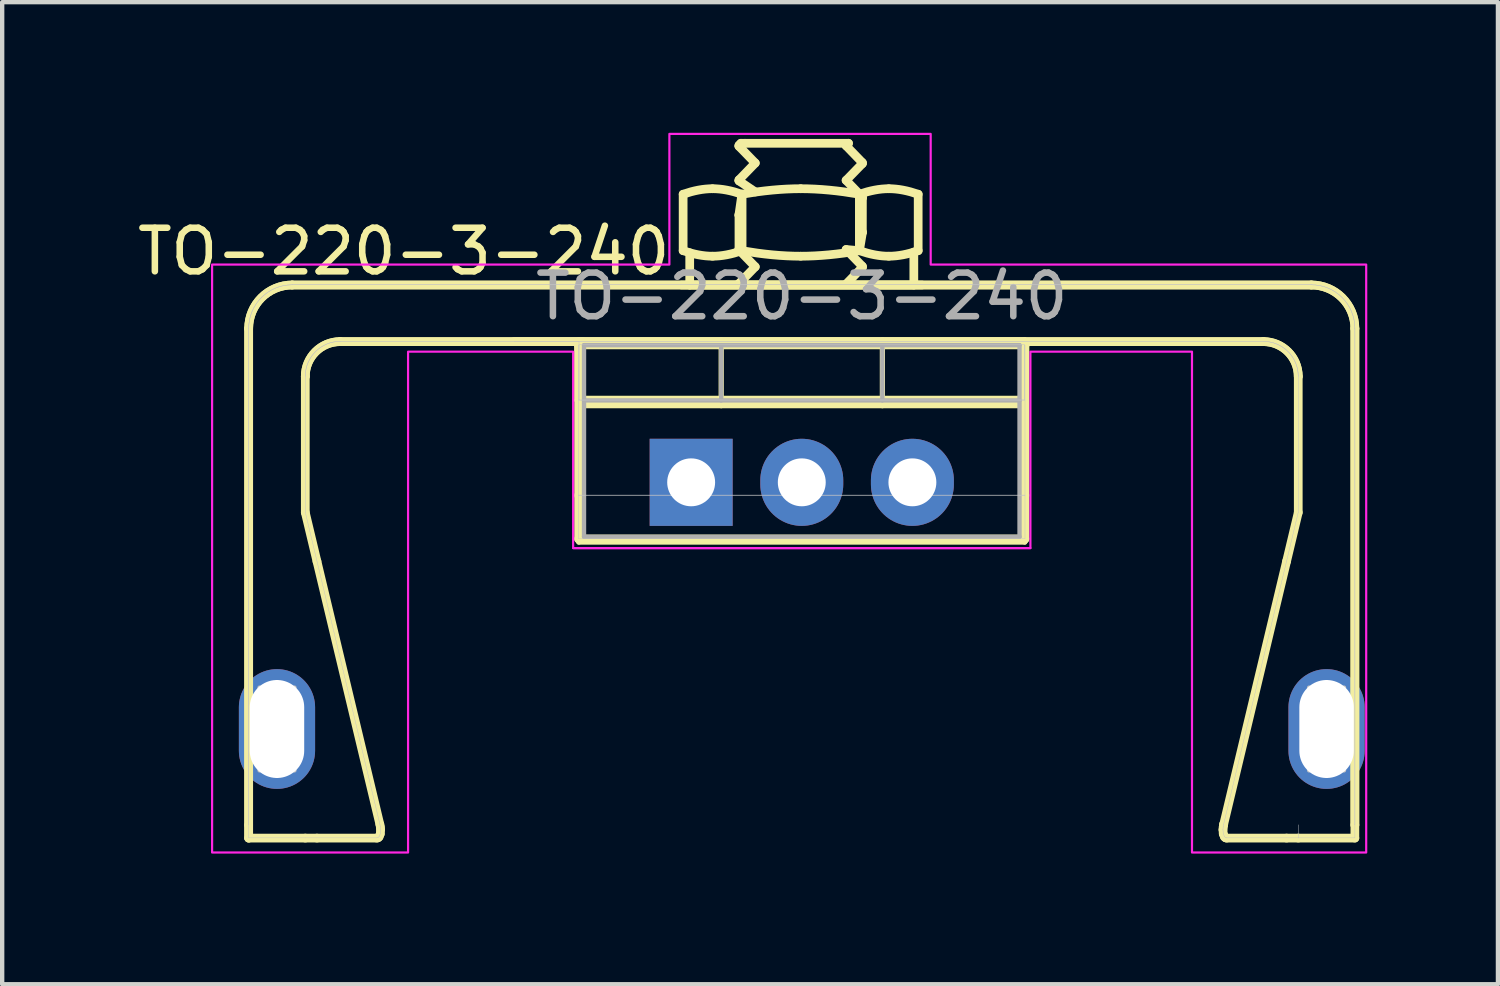
<source format=kicad_pcb>
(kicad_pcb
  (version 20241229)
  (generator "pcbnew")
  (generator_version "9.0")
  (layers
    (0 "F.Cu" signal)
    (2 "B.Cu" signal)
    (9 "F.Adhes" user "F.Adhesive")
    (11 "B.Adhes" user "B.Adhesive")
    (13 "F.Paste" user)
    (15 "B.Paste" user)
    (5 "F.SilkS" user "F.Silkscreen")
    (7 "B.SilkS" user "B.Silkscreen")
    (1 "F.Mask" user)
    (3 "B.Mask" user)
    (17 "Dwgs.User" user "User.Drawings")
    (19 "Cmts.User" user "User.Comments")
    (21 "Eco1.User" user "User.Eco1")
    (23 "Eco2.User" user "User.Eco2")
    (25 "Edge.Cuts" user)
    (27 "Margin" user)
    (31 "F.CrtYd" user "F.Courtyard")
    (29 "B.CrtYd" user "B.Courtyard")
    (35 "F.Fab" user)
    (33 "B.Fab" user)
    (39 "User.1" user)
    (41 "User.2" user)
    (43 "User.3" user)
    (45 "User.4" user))
  (footprint "TO-220-3-240"
    (layer "F.Cu")
    (at 12.82 8.025)
    (property "Reference" "TO-220-3-240" (at -6.6 -5.3 0) (layer "F.SilkS") (effects (font (size 1 1) (thickness 0.15))))
    (attr through_hole)
    (fp_line (start -10.16 -3.531) (end -10.16 7.869) (stroke (width 0.2) (type default)) (layer "F.SilkS"))
    (fp_line (start -10.16 -3.531) (end -10.16 8.169) (stroke (width 0.2) (type default)) (layer "F.SilkS"))
    (fp_line (start -10.16 7.869) (end -10.16 8.169) (stroke (width 0.2) (type default)) (layer "F.SilkS"))
    (fp_line (start -10.16 8.169) (end -8.86 8.169) (stroke (width 0.2) (type default)) (layer "F.SilkS"))
    (fp_line (start -8.86 0.693) (end -8.86 -2.431) (stroke (width 0.2) (type default)) (layer "F.SilkS"))
    (fp_line (start -8.86 8.169) (end -8.592 8.169) (stroke (width 0.2) (type default)) (layer "F.SilkS"))
    (fp_line (start -8.592 1.814) (end -8.86 0.693) (stroke (width 0.2) (type default)) (layer "F.SilkS"))
    (fp_line (start -8.592 8.169) (end -7.217 8.169) (stroke (width 0.2) (type default)) (layer "F.SilkS"))
    (fp_line (start -8.06 -3.231) (end 13.14 -3.231) (stroke (width 0.2) (type default)) (layer "F.SilkS"))
    (fp_line (start -8.06 -3.231) (end 13.14 -3.231) (stroke (width 0.2) (type default)) (layer "F.SilkS"))
    (fp_line (start -7.217 8.169) (end -7.19 8.162) (stroke (width 0.2) (type default)) (layer "F.SilkS"))
    (fp_line (start -7.19 8.162) (end -7.166 8.141) (stroke (width 0.2) (type default)) (layer "F.SilkS"))
    (fp_line (start -7.166 8.141) (end -7.138 8.073) (stroke (width 0.2) (type default)) (layer "F.SilkS"))
    (fp_line (start -7.148 7.852) (end -8.592 1.814) (stroke (width 0.2) (type default)) (layer "F.SilkS"))
    (fp_line (start -7.138 8.073) (end -7.131 7.976) (stroke (width 0.2) (type default)) (layer "F.SilkS"))
    (fp_line (start -7.137 7.913) (end -7.148 7.852) (stroke (width 0.2) (type default)) (layer "F.SilkS"))
    (fp_line (start -7.131 7.976) (end -7.137 7.913) (stroke (width 0.2) (type default)) (layer "F.SilkS"))
    (fp_line (start -2.585 -3.145) (end -2.575 -3.145) (stroke (width 0.2) (type default)) (layer "F.SilkS"))
    (fp_line (start -2.585 0.3) (end -2.585 -3.145) (stroke (width 0.2) (type default)) (layer "F.SilkS"))
    (fp_line (start -2.585 1.3) (end -2.585 0.3) (stroke (width 0.2) (type default)) (layer "F.SilkS"))
    (fp_line (start -2.58 -3.27) (end -2.58 1.371) (stroke (width 0.12) (type solid)) (layer "F.SilkS"))
    (fp_line (start -2.58 -3.27) (end 7.66 -3.27) (stroke (width 0.12) (type solid)) (layer "F.SilkS"))
    (fp_line (start -2.58 -1.76) (end 7.66 -1.76) (stroke (width 0.12) (type solid)) (layer "F.SilkS"))
    (fp_line (start -2.58 1.371) (end 7.66 1.371) (stroke (width 0.12) (type solid)) (layer "F.SilkS"))
    (fp_line (start -2.575 -3.155) (end -2.575 -1.885) (stroke (width 0.2) (type default)) (layer "F.SilkS"))
    (fp_line (start -2.575 -3.145) (end -2.575 -1.885) (stroke (width 0.2) (type default)) (layer "F.SilkS"))
    (fp_line (start -2.575 -1.885) (end 7.655 -1.885) (stroke (width 0.2) (type default)) (layer "F.SilkS"))
    (fp_line (start -2.575 -1.885) (end 7.655 -1.885) (stroke (width 0.2) (type default)) (layer "F.SilkS"))
    (fp_line (start -2.489 -3.231) (end -4.064 -3.231) (stroke (width 0.2) (type default)) (layer "F.SilkS"))
    (fp_line (start -0.184 -5.319) (end -0.184 -6.615) (stroke (width 0.2) (type default)) (layer "F.SilkS"))
    (fp_line (start -0.033 -4.531) (end -0.033 -5.271) (stroke (width 0.2) (type default)) (layer "F.SilkS"))
    (fp_line (start 0.69 -3.27) (end 0.69 -1.76) (stroke (width 0.12) (type solid)) (layer "F.SilkS"))
    (fp_line (start 1.098 -7.716) (end 1.472 -7.331) (stroke (width 0.2) (type default)) (layer "F.SilkS"))
    (fp_line (start 1.098 -6.922) (end 1.472 -6.668) (stroke (width 0.2) (type default)) (layer "F.SilkS"))
    (fp_line (start 1.098 -6.129) (end 1.098 -5.358) (stroke (width 0.2) (type default)) (layer "F.SilkS"))
    (fp_line (start 1.098 -5.335) (end 1.472 -4.949) (stroke (width 0.2) (type default)) (layer "F.SilkS"))
    (fp_line (start 1.142 -7.785) (end 1.098 -7.739) (stroke (width 0.2) (type default)) (layer "F.SilkS"))
    (fp_line (start 1.165 -6.615) (end 1.098 -6.151) (stroke (width 0.2) (type default)) (layer "F.SilkS"))
    (fp_line (start 1.165 -6.615) (end 1.165 -5.319) (stroke (width 0.2) (type default)) (layer "F.SilkS"))
    (fp_line (start 1.165 -5.319) (end 1.165 -6.615) (stroke (width 0.2) (type default)) (layer "F.SilkS"))
    (fp_line (start 1.237 -7.785) (end 1.142 -7.785) (stroke (width 0.2) (type default)) (layer "F.SilkS"))
    (fp_line (start 1.472 -7.331) (end 1.098 -6.945) (stroke (width 0.2) (type default)) (layer "F.SilkS"))
    (fp_line (start 1.472 -4.949) (end 1.098 -4.564) (stroke (width 0.2) (type default)) (layer "F.SilkS"))
    (fp_line (start 3.558 -7.728) (end 3.613 -7.785) (stroke (width 0.2) (type default)) (layer "F.SilkS"))
    (fp_line (start 3.558 -6.934) (end 3.932 -7.319) (stroke (width 0.2) (type default)) (layer "F.SilkS"))
    (fp_line (start 3.558 -5.346) (end 3.864 -5.319) (stroke (width 0.2) (type default)) (layer "F.SilkS"))
    (fp_line (start 3.558 -4.553) (end 3.932 -4.938) (stroke (width 0.2) (type default)) (layer "F.SilkS"))
    (fp_line (start 3.613 -7.785) (end 1.237 -7.785) (stroke (width 0.2) (type default)) (layer "F.SilkS"))
    (fp_line (start 3.864 -6.615) (end 3.864 -5.319) (stroke (width 0.2) (type default)) (layer "F.SilkS"))
    (fp_line (start 3.864 -5.319) (end 3.864 -6.615) (stroke (width 0.2) (type default)) (layer "F.SilkS"))
    (fp_line (start 3.864 -5.319) (end 3.932 -5.732) (stroke (width 0.2) (type default)) (layer "F.SilkS"))
    (fp_line (start 3.931 -7.342) (end 3.558 -7.728) (stroke (width 0.2) (type default)) (layer "F.SilkS"))
    (fp_line (start 3.931 -6.548) (end 3.558 -6.934) (stroke (width 0.2) (type default)) (layer "F.SilkS"))
    (fp_line (start 3.931 -5.755) (end 3.932 -6.526) (stroke (width 0.2) (type default)) (layer "F.SilkS"))
    (fp_line (start 3.931 -4.961) (end 3.558 -5.346) (stroke (width 0.2) (type default)) (layer "F.SilkS"))
    (fp_line (start 4.391 -3.27) (end 4.391 -1.76) (stroke (width 0.12) (type solid)) (layer "F.SilkS"))
    (fp_line (start 5.113 -4.531) (end -0.033 -4.531) (stroke (width 0.2) (type default)) (layer "F.SilkS"))
    (fp_line (start 5.113 -4.531) (end 5.113 -5.286) (stroke (width 0.2) (type default)) (layer "F.SilkS"))
    (fp_line (start 5.213 -6.615) (end 5.213 -5.319) (stroke (width 0.2) (type default)) (layer "F.SilkS"))
    (fp_line (start 5.3 -4.531) (end -0.22 -4.531) (stroke (width 0.2) (type default)) (layer "F.SilkS"))
    (fp_line (start 7.655 -3.155) (end -2.575 -3.155) (stroke (width 0.2) (type default)) (layer "F.SilkS"))
    (fp_line (start 7.655 -3.145) (end 7.665 -3.145) (stroke (width 0.2) (type default)) (layer "F.SilkS"))
    (fp_line (start 7.655 -1.885) (end 7.655 -3.155) (stroke (width 0.2) (type default)) (layer "F.SilkS"))
    (fp_line (start 7.655 -1.885) (end 7.655 -3.145) (stroke (width 0.2) (type default)) (layer "F.SilkS"))
    (fp_line (start 7.66 -3.27) (end 7.66 1.371) (stroke (width 0.12) (type solid)) (layer "F.SilkS"))
    (fp_line (start 7.665 -3.145) (end 7.665 0.3) (stroke (width 0.2) (type default)) (layer "F.SilkS"))
    (fp_line (start 7.665 0.3) (end 7.665 1.3) (stroke (width 0.2) (type default)) (layer "F.SilkS"))
    (fp_line (start 7.665 1.3) (end -2.585 1.3) (stroke (width 0.2) (type default)) (layer "F.SilkS"))
    (fp_line (start 12.211 7.976) (end 12.218 8.073) (stroke (width 0.2) (type default)) (layer "F.SilkS"))
    (fp_line (start 12.217 7.913) (end 12.211 7.976) (stroke (width 0.2) (type default)) (layer "F.SilkS"))
    (fp_line (start 12.218 8.073) (end 12.246 8.141) (stroke (width 0.2) (type default)) (layer "F.SilkS"))
    (fp_line (start 12.228 7.852) (end 12.217 7.913) (stroke (width 0.2) (type default)) (layer "F.SilkS"))
    (fp_line (start 12.228 7.852) (end 12.228 7.852) (stroke (width 0.2) (type default)) (layer "F.SilkS"))
    (fp_line (start 12.246 8.141) (end 12.27 8.162) (stroke (width 0.2) (type default)) (layer "F.SilkS"))
    (fp_line (start 12.27 8.162) (end 12.297 8.169) (stroke (width 0.2) (type default)) (layer "F.SilkS"))
    (fp_line (start 12.297 8.169) (end 13.672 8.169) (stroke (width 0.2) (type default)) (layer "F.SilkS"))
    (fp_line (start 13.672 1.814) (end 12.228 7.852) (stroke (width 0.2) (type default)) (layer "F.SilkS"))
    (fp_line (start 13.672 1.814) (end 13.94 0.693) (stroke (width 0.2) (type default)) (layer "F.SilkS"))
    (fp_line (start 13.94 0.693) (end 13.94 -2.431) (stroke (width 0.2) (type default)) (layer "F.SilkS"))
    (fp_line (start 13.94 8.169) (end 13.672 8.169) (stroke (width 0.2) (type default)) (layer "F.SilkS"))
    (fp_line (start 13.94 8.169) (end 15.24 8.169) (stroke (width 0.2) (type default)) (layer "F.SilkS"))
    (fp_line (start 14.24 -4.531) (end -9.16 -4.531) (stroke (width 0.2) (type default)) (layer "F.SilkS"))
    (fp_line (start 14.24 -4.531) (end -9.16 -4.531) (stroke (width 0.2) (type default)) (layer "F.SilkS"))
    (fp_line (start 15.24 7.869) (end 15.24 -3.531) (stroke (width 0.2) (type default)) (layer "F.SilkS"))
    (fp_line (start 15.24 7.869) (end 15.24 -3.531) (stroke (width 0.2) (type default)) (layer "F.SilkS"))
    (fp_line (start 15.24 8.169) (end 15.24 7.869) (stroke (width 0.2) (type default)) (layer "F.SilkS"))
    (fp_arc (start -10.16 -3.5312) (mid -9.867107 -4.238307) (end -9.16 -4.5312) (stroke (width 0.2) (type default)) (layer "F.SilkS"))
    (fp_arc (start -10.16 -3.5312) (mid -9.867107 -4.238307) (end -9.16 -4.5312) (stroke (width 0.2) (type default)) (layer "F.SilkS"))
    (fp_arc (start -8.86 -2.4312) (mid -8.625685 -2.996885) (end -8.06 -3.2312) (stroke (width 0.2) (type default)) (layer "F.SilkS"))
    (fp_arc (start -8.86 -2.4312) (mid -8.625685 -2.996885) (end -8.06 -3.2312) (stroke (width 0.2) (type default)) (layer "F.SilkS"))
    (fp_arc (start 13.14 -3.2312) (mid 13.705685 -2.996885) (end 13.94 -2.4312) (stroke (width 0.2) (type default)) (layer "F.SilkS"))
    (fp_arc (start 13.14 -3.2312) (mid 13.705685 -2.996885) (end 13.94 -2.4312) (stroke (width 0.2) (type default)) (layer "F.SilkS"))
    (fp_arc (start 14.24 -4.5312) (mid 14.947107 -4.238307) (end 15.24 -3.5312) (stroke (width 0.2) (type default)) (layer "F.SilkS"))
    (fp_arc (start 14.24 -4.5312) (mid 14.947107 -4.238307) (end 15.24 -3.5312) (stroke (width 0.2) (type default)) (layer "F.SilkS"))
    (fp_curve (pts (xy 0.491 -6.742) (xy 0.282 -6.742) (xy 0.057 -6.699) (xy -0.184 -6.615)) (stroke (width 0.2) (type default)) (layer "F.SilkS"))
    (fp_curve (pts (xy 0.491 -5.192) (xy 0.282 -5.192) (xy 0.057 -5.235) (xy -0.184 -5.319)) (stroke (width 0.2) (type default)) (layer "F.SilkS"))
    (fp_curve (pts (xy 1.098 -7.739) (xy 1.09 -7.731) (xy 1.09 -7.724) (xy 1.098 -7.716)) (stroke (width 0.2) (type default)) (layer "F.SilkS"))
    (fp_curve (pts (xy 1.098 -6.945) (xy 1.09 -6.938) (xy 1.09 -6.93) (xy 1.098 -6.922)) (stroke (width 0.2) (type default)) (layer "F.SilkS"))
    (fp_curve (pts (xy 1.098 -6.151) (xy 1.09 -6.144) (xy 1.09 -6.136) (xy 1.098 -6.129)) (stroke (width 0.2) (type default)) (layer "F.SilkS"))
    (fp_curve (pts (xy 1.098 -5.358) (xy 1.09 -5.35) (xy 1.09 -5.342) (xy 1.098 -5.335)) (stroke (width 0.2) (type default)) (layer "F.SilkS"))
    (fp_curve (pts (xy 1.098 -4.564) (xy 1.09 -4.556) (xy 1.09 -4.549) (xy 1.098 -4.541)) (stroke (width 0.2) (type default)) (layer "F.SilkS"))
    (fp_curve (pts (xy 1.165 -6.615) (xy 0.924 -6.699) (xy 0.7 -6.742) (xy 0.491 -6.742)) (stroke (width 0.2) (type default)) (layer "F.SilkS"))
    (fp_curve (pts (xy 1.165 -5.319) (xy 0.924 -5.235) (xy 0.7 -5.192) (xy 0.491 -5.192)) (stroke (width 0.2) (type default)) (layer "F.SilkS"))
    (fp_curve (pts (xy 2.515 -6.742) (xy 2.097 -6.742) (xy 1.647 -6.699) (xy 1.165 -6.615)) (stroke (width 0.2) (type default)) (layer "F.SilkS"))
    (fp_curve (pts (xy 2.515 -5.192) (xy 2.097 -5.192) (xy 1.647 -5.235) (xy 1.165 -5.319)) (stroke (width 0.2) (type default)) (layer "F.SilkS"))
    (fp_curve (pts (xy 3.864 -6.615) (xy 3.382 -6.699) (xy 2.932 -6.742) (xy 2.515 -6.742)) (stroke (width 0.2) (type default)) (layer "F.SilkS"))
    (fp_curve (pts (xy 3.864 -5.319) (xy 3.382 -5.235) (xy 2.932 -5.192) (xy 2.515 -5.192)) (stroke (width 0.2) (type default)) (layer "F.SilkS"))
    (fp_curve (pts (xy 3.931 -7.342) (xy 3.939 -7.334) (xy 3.939 -7.327) (xy 3.932 -7.319)) (stroke (width 0.2) (type default)) (layer "F.SilkS"))
    (fp_curve (pts (xy 3.931 -6.548) (xy 3.939 -6.541) (xy 3.939 -6.533) (xy 3.932 -6.526)) (stroke (width 0.2) (type default)) (layer "F.SilkS"))
    (fp_curve (pts (xy 3.931 -5.755) (xy 3.939 -5.747) (xy 3.939 -5.739) (xy 3.932 -5.732)) (stroke (width 0.2) (type default)) (layer "F.SilkS"))
    (fp_curve (pts (xy 3.931 -4.961) (xy 3.939 -4.953) (xy 3.939 -4.946) (xy 3.932 -4.938)) (stroke (width 0.2) (type default)) (layer "F.SilkS"))
    (fp_curve (pts (xy 4.538 -6.742) (xy 4.33 -6.742) (xy 4.105 -6.699) (xy 3.864 -6.615)) (stroke (width 0.2) (type default)) (layer "F.SilkS"))
    (fp_curve (pts (xy 4.538 -5.192) (xy 4.33 -5.192) (xy 4.105 -5.235) (xy 3.864 -5.319)) (stroke (width 0.2) (type default)) (layer "F.SilkS"))
    (fp_curve (pts (xy 5.213 -6.615) (xy 4.972 -6.699) (xy 4.747 -6.742) (xy 4.538 -6.742)) (stroke (width 0.2) (type default)) (layer "F.SilkS"))
    (fp_curve (pts (xy 5.213 -5.319) (xy 4.972 -5.235) (xy 4.747 -5.192) (xy 4.538 -5.192)) (stroke (width 0.2) (type default)) (layer "F.SilkS"))
    (fp_line (start -10.16 -3.536) (end -10.16 7.864) (stroke (width 0.01) (type default)) (layer "Dwgs.User"))
    (fp_line (start -10.16 -3.536) (end -10.16 7.864) (stroke (width 0.01) (type default)) (layer "Dwgs.User"))
    (fp_line (start -10.16 7.864) (end -10.16 8.164) (stroke (width 0.01) (type default)) (layer "Dwgs.User"))
    (fp_line (start -10.16 8.164) (end -8.86 8.164) (stroke (width 0.01) (type default)) (layer "Dwgs.User"))
    (fp_line (start -9.91 4.714) (end -9.11 4.714) (stroke (width 0.01) (type default)) (layer "Dwgs.User"))
    (fp_line (start -9.91 4.714) (end -9.11 6.614) (stroke (width 0.1) (type default)) (layer "Dwgs.User"))
    (fp_line (start -9.91 6.614) (end -9.91 4.714) (stroke (width 0.01) (type default)) (layer "Dwgs.User"))
    (fp_line (start -9.11 4.714) (end -9.91 6.614) (stroke (width 0.1) (type default)) (layer "Dwgs.User"))
    (fp_line (start -9.11 4.714) (end -9.11 6.614) (stroke (width 0.01) (type default)) (layer "Dwgs.User"))
    (fp_line (start -9.11 6.614) (end -9.91 6.614) (stroke (width 0.01) (type default)) (layer "Dwgs.User"))
    (fp_line (start -8.86 0.688) (end -8.86 -2.436) (stroke (width 0.01) (type default)) (layer "Dwgs.User"))
    (fp_line (start -8.86 8.164) (end -8.592 8.164) (stroke (width 0.01) (type default)) (layer "Dwgs.User"))
    (fp_line (start -8.592 1.809) (end -8.86 0.688) (stroke (width 0.01) (type default)) (layer "Dwgs.User"))
    (fp_line (start -8.592 8.164) (end -7.217 8.164) (stroke (width 0.01) (type default)) (layer "Dwgs.User"))
    (fp_line (start -8.06 -3.236) (end 13.14 -3.236) (stroke (width 0.01) (type default)) (layer "Dwgs.User"))
    (fp_line (start -8.06 -3.236) (end 13.14 -3.236) (stroke (width 0.01) (type default)) (layer "Dwgs.User"))
    (fp_line (start -7.217 8.164) (end -7.19 8.157) (stroke (width 0.01) (type default)) (layer "Dwgs.User"))
    (fp_line (start -7.19 8.157) (end -7.166 8.136) (stroke (width 0.01) (type default)) (layer "Dwgs.User"))
    (fp_line (start -7.166 8.136) (end -7.138 8.068) (stroke (width 0.01) (type default)) (layer "Dwgs.User"))
    (fp_line (start -7.148 7.847) (end -8.592 1.809) (stroke (width 0.01) (type default)) (layer "Dwgs.User"))
    (fp_line (start -7.138 8.068) (end -7.131 7.971) (stroke (width 0.01) (type default)) (layer "Dwgs.User"))
    (fp_line (start -7.137 7.908) (end -7.148 7.847) (stroke (width 0.01) (type default)) (layer "Dwgs.User"))
    (fp_line (start -7.131 7.971) (end -7.137 7.908) (stroke (width 0.01) (type default)) (layer "Dwgs.User"))
    (fp_line (start -2.585 -3.15) (end -2.575 -3.15) (stroke (width 0.01) (type default)) (layer "Dwgs.User"))
    (fp_line (start -2.585 0.295) (end -2.585 -3.15) (stroke (width 0.01) (type default)) (layer "Dwgs.User"))
    (fp_line (start -2.585 0.295) (end 7.665 0.295) (stroke (width 0.01) (type default)) (layer "Dwgs.User"))
    (fp_line (start -2.585 1.295) (end -2.585 0.295) (stroke (width 0.01) (type default)) (layer "Dwgs.User"))
    (fp_line (start -2.575 -3.236) (end -4.064 -3.236) (stroke (width 0.01) (type default)) (layer "Dwgs.User"))
    (fp_line (start -2.575 -3.236) (end -2.575 -1.89) (stroke (width 0.01) (type default)) (layer "Dwgs.User"))
    (fp_line (start -2.575 -3.15) (end -2.575 -1.89) (stroke (width 0.01) (type default)) (layer "Dwgs.User"))
    (fp_line (start -2.575 -1.89) (end 7.655 -1.89) (stroke (width 0.01) (type default)) (layer "Dwgs.User"))
    (fp_line (start -2.575 -1.89) (end 7.655 -1.89) (stroke (width 0.01) (type default)) (layer "Dwgs.User"))
    (fp_line (start -0.427 -0.263) (end -0.427 0.263) (stroke (width 0.01) (type default)) (layer "Dwgs.User"))
    (fp_line (start -0.427 0.263) (end 0 0.263) (stroke (width 0.01) (type default)) (layer "Dwgs.User"))
    (fp_line (start 0 -0.263) (end -0.427 -0.263) (stroke (width 0.01) (type default)) (layer "Dwgs.User"))
    (fp_line (start 0 -0.263) (end 0.427 -0.263) (stroke (width 0.01) (type default)) (layer "Dwgs.User"))
    (fp_line (start 0 0.263) (end 0 -0.263) (stroke (width 0.01) (type default)) (layer "Dwgs.User"))
    (fp_line (start 0 0.263) (end 0 -0.263) (stroke (width 0.01) (type default)) (layer "Dwgs.User"))
    (fp_line (start 0.427 -0.263) (end 0.427 0.263) (stroke (width 0.01) (type default)) (layer "Dwgs.User"))
    (fp_line (start 0.427 0.263) (end 0 0.263) (stroke (width 0.01) (type default)) (layer "Dwgs.User"))
    (fp_line (start 2.112 -0.263) (end 2.112 0.263) (stroke (width 0.01) (type default)) (layer "Dwgs.User"))
    (fp_line (start 2.112 -0.263) (end 2.54 -0.263) (stroke (width 0.01) (type default)) (layer "Dwgs.User"))
    (fp_line (start 2.112 0.263) (end 2.54 0.263) (stroke (width 0.01) (type default)) (layer "Dwgs.User"))
    (fp_line (start 2.54 -0.263) (end 2.112 -0.263) (stroke (width 0.01) (type default)) (layer "Dwgs.User"))
    (fp_line (start 2.54 -0.263) (end 2.967 -0.263) (stroke (width 0.01) (type default)) (layer "Dwgs.User"))
    (fp_line (start 2.54 0.263) (end 2.54 -0.263) (stroke (width 0.01) (type default)) (layer "Dwgs.User"))
    (fp_line (start 2.54 0.263) (end 2.54 -0.263) (stroke (width 0.01) (type default)) (layer "Dwgs.User"))
    (fp_line (start 2.967 -0.263) (end 2.967 0.263) (stroke (width 0.01) (type default)) (layer "Dwgs.User"))
    (fp_line (start 2.967 0.263) (end 2.54 0.263) (stroke (width 0.01) (type default)) (layer "Dwgs.User"))
    (fp_line (start 4.652 -0.263) (end 4.652 0.263) (stroke (width 0.01) (type default)) (layer "Dwgs.User"))
    (fp_line (start 4.652 0.263) (end 5.08 0.263) (stroke (width 0.01) (type default)) (layer "Dwgs.User"))
    (fp_line (start 5.08 -0.263) (end 4.652 -0.263) (stroke (width 0.01) (type default)) (layer "Dwgs.User"))
    (fp_line (start 5.08 -0.263) (end 5.508 -0.263) (stroke (width 0.01) (type default)) (layer "Dwgs.User"))
    (fp_line (start 5.08 0.263) (end 5.08 -0.263) (stroke (width 0.01) (type default)) (layer "Dwgs.User"))
    (fp_line (start 5.08 0.263) (end 5.08 -0.263) (stroke (width 0.01) (type default)) (layer "Dwgs.User"))
    (fp_line (start 5.508 -0.263) (end 5.508 0.263) (stroke (width 0.01) (type default)) (layer "Dwgs.User"))
    (fp_line (start 5.508 0.263) (end 4.652 0.263) (stroke (width 0.01) (type default)) (layer "Dwgs.User"))
    (fp_line (start 7.655 -3.16) (end -2.575 -3.16) (stroke (width 0.01) (type default)) (layer "Dwgs.User"))
    (fp_line (start 7.655 -3.15) (end 7.665 -3.15) (stroke (width 0.01) (type default)) (layer "Dwgs.User"))
    (fp_line (start 7.655 -1.89) (end 7.655 -3.16) (stroke (width 0.01) (type default)) (layer "Dwgs.User"))
    (fp_line (start 7.655 -1.89) (end 7.655 -3.15) (stroke (width 0.01) (type default)) (layer "Dwgs.User"))
    (fp_line (start 7.665 -3.15) (end 7.665 0.295) (stroke (width 0.01) (type default)) (layer "Dwgs.User"))
    (fp_line (start 7.665 0.295) (end -2.585 0.295) (stroke (width 0.01) (type default)) (layer "Dwgs.User"))
    (fp_line (start 7.665 0.295) (end 7.665 1.295) (stroke (width 0.01) (type default)) (layer "Dwgs.User"))
    (fp_line (start 7.665 1.295) (end -2.585 1.295) (stroke (width 0.01) (type default)) (layer "Dwgs.User"))
    (fp_line (start 12.211 7.971) (end 12.218 8.068) (stroke (width 0.01) (type default)) (layer "Dwgs.User"))
    (fp_line (start 12.217 7.908) (end 12.211 7.971) (stroke (width 0.01) (type default)) (layer "Dwgs.User"))
    (fp_line (start 12.218 8.068) (end 12.246 8.136) (stroke (width 0.01) (type default)) (layer "Dwgs.User"))
    (fp_line (start 12.228 7.847) (end 12.217 7.908) (stroke (width 0.01) (type default)) (layer "Dwgs.User"))
    (fp_line (start 12.228 7.847) (end 12.228 7.847) (stroke (width 0.01) (type default)) (layer "Dwgs.User"))
    (fp_line (start 12.246 8.136) (end 12.27 8.157) (stroke (width 0.01) (type default)) (layer "Dwgs.User"))
    (fp_line (start 12.27 8.157) (end 12.297 8.164) (stroke (width 0.01) (type default)) (layer "Dwgs.User"))
    (fp_line (start 12.297 8.164) (end 13.672 8.164) (stroke (width 0.01) (type default)) (layer "Dwgs.User"))
    (fp_line (start 13.672 1.809) (end 12.228 7.847) (stroke (width 0.01) (type default)) (layer "Dwgs.User"))
    (fp_line (start 13.672 1.809) (end 13.94 0.688) (stroke (width 0.01) (type default)) (layer "Dwgs.User"))
    (fp_line (start 13.94 0.688) (end 13.94 -2.436) (stroke (width 0.01) (type default)) (layer "Dwgs.User"))
    (fp_line (start 13.94 7.864) (end 13.94 8.164) (stroke (width 0.01) (type default)) (layer "Dwgs.User"))
    (fp_line (start 13.94 8.164) (end 13.672 8.164) (stroke (width 0.01) (type default)) (layer "Dwgs.User"))
    (fp_line (start 13.94 8.164) (end 15.24 8.164) (stroke (width 0.01) (type default)) (layer "Dwgs.User"))
    (fp_line (start 14.19 4.714) (end 14.99 4.714) (stroke (width 0.01) (type default)) (layer "Dwgs.User"))
    (fp_line (start 14.19 4.714) (end 14.99 6.614) (stroke (width 0.1) (type default)) (layer "Dwgs.User"))
    (fp_line (start 14.19 6.614) (end 14.19 4.714) (stroke (width 0.01) (type default)) (layer "Dwgs.User"))
    (fp_line (start 14.24 -4.536) (end -9.16 -4.536) (stroke (width 0.01) (type default)) (layer "Dwgs.User"))
    (fp_line (start 14.24 -4.536) (end -9.16 -4.536) (stroke (width 0.01) (type default)) (layer "Dwgs.User"))
    (fp_line (start 14.99 4.714) (end 14.19 6.614) (stroke (width 0.1) (type default)) (layer "Dwgs.User"))
    (fp_line (start 14.99 4.714) (end 14.99 6.614) (stroke (width 0.01) (type default)) (layer "Dwgs.User"))
    (fp_line (start 14.99 6.614) (end 14.19 6.614) (stroke (width 0.01) (type default)) (layer "Dwgs.User"))
    (fp_line (start 15.24 7.864) (end 15.24 -3.536) (stroke (width 0.01) (type default)) (layer "Dwgs.User"))
    (fp_line (start 15.24 7.864) (end 15.24 -3.536) (stroke (width 0.01) (type default)) (layer "Dwgs.User"))
    (fp_line (start 15.24 8.164) (end 15.24 7.864) (stroke (width 0.01) (type default)) (layer "Dwgs.User"))
    (fp_arc (start -10.16 -3.5362) (mid -9.867107 -4.243307) (end -9.16 -4.5362) (stroke (width 0.01) (type default)) (layer "Dwgs.User"))
    (fp_arc (start -10.16 -3.5362) (mid -9.867107 -4.243307) (end -9.16 -4.5362) (stroke (width 0.01) (type default)) (layer "Dwgs.User"))
    (fp_arc (start -8.86 -2.4362) (mid -8.625685 -3.001885) (end -8.06 -3.2362) (stroke (width 0.01) (type default)) (layer "Dwgs.User"))
    (fp_arc (start -8.86 -2.4362) (mid -8.625685 -3.001885) (end -8.06 -3.2362) (stroke (width 0.01) (type default)) (layer "Dwgs.User"))
    (fp_arc (start 13.14 -3.2362) (mid 13.705685 -3.001885) (end 13.94 -2.4362) (stroke (width 0.01) (type default)) (layer "Dwgs.User"))
    (fp_arc (start 13.14 -3.2362) (mid 13.705685 -3.001885) (end 13.94 -2.4362) (stroke (width 0.01) (type default)) (layer "Dwgs.User"))
    (fp_arc (start 14.24 -4.5362) (mid 14.947107 -4.243307) (end 15.24 -3.5362) (stroke (width 0.01) (type default)) (layer "Dwgs.User"))
    (fp_arc (start 14.24 -4.5362) (mid 14.947107 -4.243307) (end 15.24 -3.5362) (stroke (width 0.01) (type default)) (layer "Dwgs.User"))
    (fp_line (start -2.71 1.51) (end 7.79 1.51) (stroke (width 0.05) (type solid)) (layer "F.CrtYd"))
    (fp_poly (pts (xy -11 -5) (xy -0.5 -5) (xy -0.5 -8) (xy 5.5 -8) (xy 5.5 -5) (xy 15.5 -5) (xy 15.5 8.5) (xy 11.5 8.5) (xy 11.5 -3) (xy 7.79 -3) (xy 7.79 1.51) (xy -2.71 1.51) (xy -2.71 -3) (xy -6.5 -3) (xy -6.5 8.5) (xy -11 8.5)) (stroke (width 0.05) (type solid)) (fill no) (layer "F.CrtYd"))
    (fp_line (start -2.46 -3.15) (end -2.46 1.25) (stroke (width 0.1) (type solid)) (layer "F.Fab"))
    (fp_line (start -2.46 -1.88) (end 7.54 -1.88) (stroke (width 0.1) (type solid)) (layer "F.Fab"))
    (fp_line (start -2.46 1.25) (end 7.54 1.25) (stroke (width 0.1) (type solid)) (layer "F.Fab"))
    (fp_line (start 0.69 -3.15) (end 0.69 -1.88) (stroke (width 0.1) (type solid)) (layer "F.Fab"))
    (fp_line (start 4.39 -3.15) (end 4.39 -1.88) (stroke (width 0.1) (type solid)) (layer "F.Fab"))
    (fp_line (start 7.54 -3.15) (end -2.46 -3.15) (stroke (width 0.1) (type solid)) (layer "F.Fab"))
    (fp_line (start 7.54 1.25) (end 7.54 -3.15) (stroke (width 0.1) (type solid)) (layer "F.Fab"))
    (fp_text user "${REFERENCE}" (at 2.54 -4.27 0) (layer "F.Fab") (effects (font (size 1 1) (thickness 0.15))))
    (pad "" thru_hole oval (at -9.51 5.664 180) (size 1.75 2.75) (drill oval 1.25 2.25) (layers "*.Cu" "*.Mask"))
    (pad "" thru_hole oval (at 14.59 5.664 180) (size 1.75 2.75) (drill oval 1.25 2.25) (layers "*.Cu" "*.Mask"))
    (pad "1" thru_hole rect (at 0 0) (size 1.905 2) (drill 1.1) (layers "*.Cu" "*.Mask"))
    (pad "2" thru_hole oval (at 2.54 0) (size 1.905 2) (drill 1.1) (layers "*.Cu" "*.Mask"))
    (pad "3" thru_hole oval (at 5.08 0) (size 1.905 2) (drill 1.1) (layers "*.Cu" "*.Mask")))
  (gr_rect
    (start -3 -3)
    (end 31.345 19.55)
    (stroke (width 0.1) (type default))
    (fill no)
    (layer "Edge.Cuts")))
</source>
